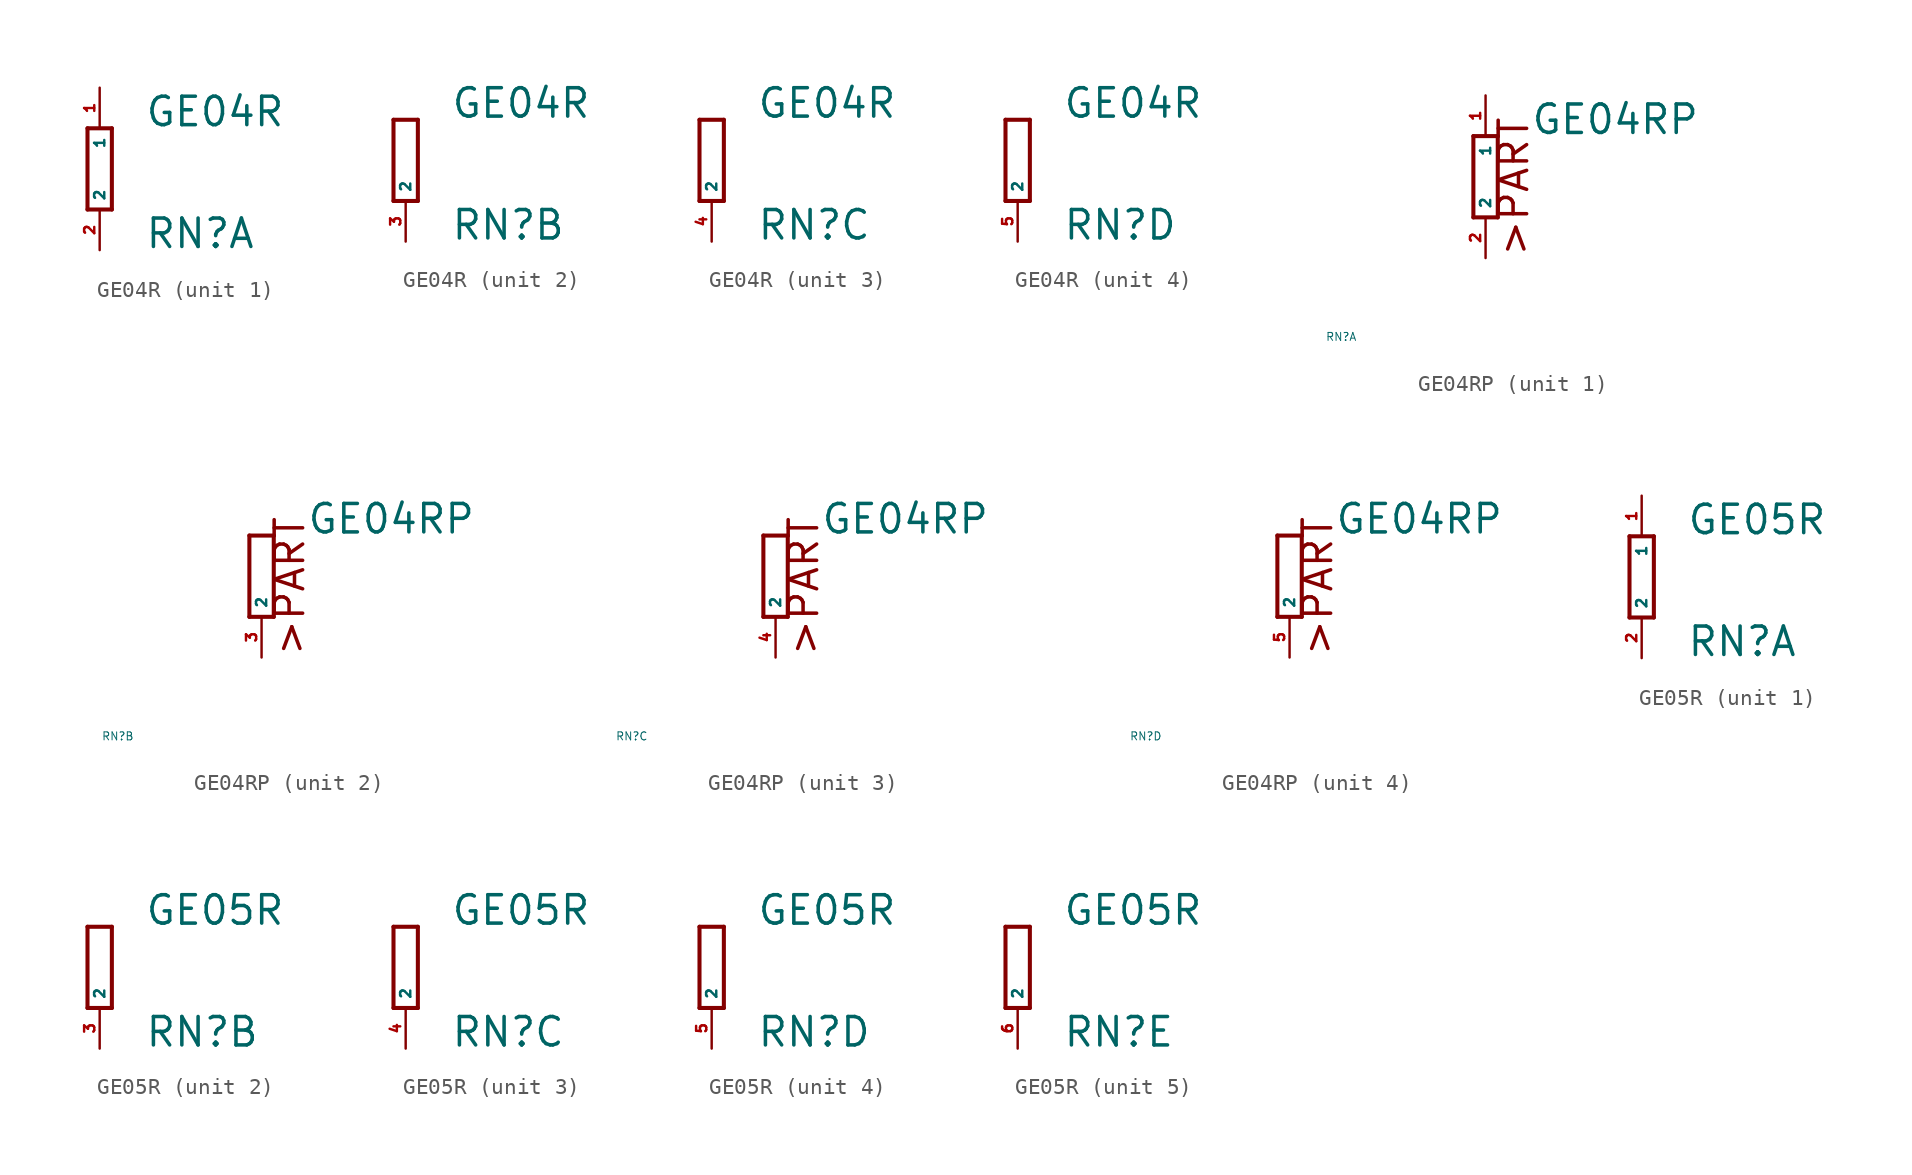
<source format=kicad_sym>
(kicad_symbol_lib
  (version 20220914)
  (generator Eagle2Kicad)
  (symbol "GE04R"
    (property "Reference" "RN"
      (at 2.794 -5.08 0)
      (effects (font (size 1.778 1.778) (thickness 0.22)) (justify left bottom)))
    (property "Value" "GE04R"
      (at 2.794 2.54 0)
      (effects (font (size 1.778 1.778) (thickness 0.22)) (justify left bottom)))
    (symbol "GE04R_1_0"
      (polyline (pts (xy 0.762 -2.54) (xy 0.762 2.54)) (stroke (width 0.254) (type default)) (fill (type none)))
      (polyline (pts (xy -0.762 2.54) (xy -0.762 -2.54)) (stroke (width 0.254) (type default)) (fill (type none)))
      (polyline (pts (xy 0.762 2.54) (xy -0.762 2.54)) (stroke (width 0.254) (type default)) (fill (type none)))
      (polyline (pts (xy -0.762 -2.54) (xy 0.762 -2.54)) (stroke (width 0.254) (type default)) (fill (type none)))
      (pin passive line (at 0 5.08 270) (length 2.54) (name "1" (effects (font (size 0.635 0.635) (thickness 0.08)) (justify left bottom))) (number "1" (effects (font (size 0.635 0.635) (thickness 0.08)) (justify left bottom))))
      (pin passive line (at 0 -5.08 90) (length 2.54) (name "2" (effects (font (size 0.635 0.635) (thickness 0.08)) (justify left bottom))) (number "2" (effects (font (size 0.635 0.635) (thickness 0.08)) (justify left bottom)))))
    (symbol "GE04R_2_0"
      (polyline (pts (xy -0.762 2.54) (xy -0.762 -2.54)) (stroke (width 0.254) (type default)) (fill (type none)))
      (polyline (pts (xy 0.762 -2.54) (xy 0.762 2.54)) (stroke (width 0.254) (type default)) (fill (type none)))
      (polyline (pts (xy -0.762 -2.54) (xy 0.762 -2.54)) (stroke (width 0.254) (type default)) (fill (type none)))
      (polyline (pts (xy 0.762 2.54) (xy -0.762 2.54)) (stroke (width 0.254) (type default)) (fill (type none)))
      (pin passive line (at 0 -5.08 90) (length 2.54) (name "2" (effects (font (size 0.635 0.635) (thickness 0.08)) (justify left bottom))) (number "3" (effects (font (size 0.635 0.635) (thickness 0.08)) (justify left bottom)))))
    (symbol "GE04R_3_0"
      (polyline (pts (xy -0.762 2.54) (xy -0.762 -2.54)) (stroke (width 0.254) (type default)) (fill (type none)))
      (polyline (pts (xy 0.762 -2.54) (xy 0.762 2.54)) (stroke (width 0.254) (type default)) (fill (type none)))
      (polyline (pts (xy -0.762 -2.54) (xy 0.762 -2.54)) (stroke (width 0.254) (type default)) (fill (type none)))
      (polyline (pts (xy 0.762 2.54) (xy -0.762 2.54)) (stroke (width 0.254) (type default)) (fill (type none)))
      (pin passive line (at 0 -5.08 90) (length 2.54) (name "2" (effects (font (size 0.635 0.635) (thickness 0.08)) (justify left bottom))) (number "4" (effects (font (size 0.635 0.635) (thickness 0.08)) (justify left bottom)))))
    (symbol "GE04R_4_0"
      (polyline (pts (xy -0.762 2.54) (xy -0.762 -2.54)) (stroke (width 0.254) (type default)) (fill (type none)))
      (polyline (pts (xy 0.762 -2.54) (xy 0.762 2.54)) (stroke (width 0.254) (type default)) (fill (type none)))
      (polyline (pts (xy -0.762 -2.54) (xy 0.762 -2.54)) (stroke (width 0.254) (type default)) (fill (type none)))
      (polyline (pts (xy 0.762 2.54) (xy -0.762 2.54)) (stroke (width 0.254) (type default)) (fill (type none)))
      (pin passive line (at 0 -5.08 90) (length 2.54) (name "2" (effects (font (size 0.635 0.635) (thickness 0.08)) (justify left bottom))) (number "5" (effects (font (size 0.635 0.635) (thickness 0.08)) (justify left bottom))))))
  (symbol "GE04RP"
    (property "Reference" "RN"
      (at -10 -10 0)
      (effects (font (size 0.5 0.5) (thickness 0.06)) (justify left)))
    (property "Value" "GE04RP"
      (at 2.794 2.54 0)
      (effects (font (size 1.778 1.778) (thickness 0.22)) (justify left bottom)))
    (symbol "GE04RP_1_0"
      (polyline (pts (xy 0.762 -2.54) (xy 0.762 2.54)) (stroke (width 0.254) (type default)) (fill (type none)))
      (polyline (pts (xy -0.762 2.54) (xy -0.762 -2.54)) (stroke (width 0.254) (type default)) (fill (type none)))
      (polyline (pts (xy 0.762 2.54) (xy -0.762 2.54)) (stroke (width 0.254) (type default)) (fill (type none)))
      (polyline (pts (xy -0.762 -2.54) (xy 0.762 -2.54)) (stroke (width 0.254) (type default)) (fill (type none)))
      (text ">PART" (at 2.794 -5.08 900) (effects (font (size 1.778 1.778) (thickness 0.22)) (justify left bottom)))
      (pin passive line (at 0 5.08 270) (length 2.54) (name "1" (effects (font (size 0.635 0.635) (thickness 0.08)) (justify left bottom))) (number "1" (effects (font (size 0.635 0.635) (thickness 0.08)) (justify left bottom))))
      (pin passive line (at 0 -5.08 90) (length 2.54) (name "2" (effects (font (size 0.635 0.635) (thickness 0.08)) (justify left bottom))) (number "2" (effects (font (size 0.635 0.635) (thickness 0.08)) (justify left bottom)))))
    (symbol "GE04RP_2_0"
      (polyline (pts (xy -0.762 2.54) (xy -0.762 -2.54)) (stroke (width 0.254) (type default)) (fill (type none)))
      (polyline (pts (xy 0.762 -2.54) (xy 0.762 2.54)) (stroke (width 0.254) (type default)) (fill (type none)))
      (polyline (pts (xy -0.762 -2.54) (xy 0.762 -2.54)) (stroke (width 0.254) (type default)) (fill (type none)))
      (polyline (pts (xy 0.762 2.54) (xy -0.762 2.54)) (stroke (width 0.254) (type default)) (fill (type none)))
      (text ">PART" (at 2.794 -5.08 900) (effects (font (size 1.778 1.778) (thickness 0.22)) (justify left bottom)))
      (pin passive line (at 0 -5.08 90) (length 2.54) (name "2" (effects (font (size 0.635 0.635) (thickness 0.08)) (justify left bottom))) (number "3" (effects (font (size 0.635 0.635) (thickness 0.08)) (justify left bottom)))))
    (symbol "GE04RP_3_0"
      (polyline (pts (xy -0.762 2.54) (xy -0.762 -2.54)) (stroke (width 0.254) (type default)) (fill (type none)))
      (polyline (pts (xy 0.762 -2.54) (xy 0.762 2.54)) (stroke (width 0.254) (type default)) (fill (type none)))
      (polyline (pts (xy -0.762 -2.54) (xy 0.762 -2.54)) (stroke (width 0.254) (type default)) (fill (type none)))
      (polyline (pts (xy 0.762 2.54) (xy -0.762 2.54)) (stroke (width 0.254) (type default)) (fill (type none)))
      (text ">PART" (at 2.794 -5.08 900) (effects (font (size 1.778 1.778) (thickness 0.22)) (justify left bottom)))
      (pin passive line (at 0 -5.08 90) (length 2.54) (name "2" (effects (font (size 0.635 0.635) (thickness 0.08)) (justify left bottom))) (number "4" (effects (font (size 0.635 0.635) (thickness 0.08)) (justify left bottom)))))
    (symbol "GE04RP_4_0"
      (polyline (pts (xy -0.762 2.54) (xy -0.762 -2.54)) (stroke (width 0.254) (type default)) (fill (type none)))
      (polyline (pts (xy 0.762 -2.54) (xy 0.762 2.54)) (stroke (width 0.254) (type default)) (fill (type none)))
      (polyline (pts (xy -0.762 -2.54) (xy 0.762 -2.54)) (stroke (width 0.254) (type default)) (fill (type none)))
      (polyline (pts (xy 0.762 2.54) (xy -0.762 2.54)) (stroke (width 0.254) (type default)) (fill (type none)))
      (text ">PART" (at 2.794 -5.08 900) (effects (font (size 1.778 1.778) (thickness 0.22)) (justify left bottom)))
      (pin passive line (at 0 -5.08 90) (length 2.54) (name "2" (effects (font (size 0.635 0.635) (thickness 0.08)) (justify left bottom))) (number "5" (effects (font (size 0.635 0.635) (thickness 0.08)) (justify left bottom))))))
  (symbol "GE05R"
    (property "Reference" "RN"
      (at 2.794 -5.08 0)
      (effects (font (size 1.778 1.778) (thickness 0.22)) (justify left bottom)))
    (property "Value" "GE05R"
      (at 2.794 2.54 0)
      (effects (font (size 1.778 1.778) (thickness 0.22)) (justify left bottom)))
    (symbol "GE05R_1_0"
      (polyline (pts (xy 0.762 -2.54) (xy 0.762 2.54)) (stroke (width 0.254) (type default)) (fill (type none)))
      (polyline (pts (xy -0.762 2.54) (xy -0.762 -2.54)) (stroke (width 0.254) (type default)) (fill (type none)))
      (polyline (pts (xy 0.762 2.54) (xy -0.762 2.54)) (stroke (width 0.254) (type default)) (fill (type none)))
      (polyline (pts (xy -0.762 -2.54) (xy 0.762 -2.54)) (stroke (width 0.254) (type default)) (fill (type none)))
      (pin passive line (at 0 5.08 270) (length 2.54) (name "1" (effects (font (size 0.635 0.635) (thickness 0.08)) (justify left bottom))) (number "1" (effects (font (size 0.635 0.635) (thickness 0.08)) (justify left bottom))))
      (pin passive line (at 0 -5.08 90) (length 2.54) (name "2" (effects (font (size 0.635 0.635) (thickness 0.08)) (justify left bottom))) (number "2" (effects (font (size 0.635 0.635) (thickness 0.08)) (justify left bottom)))))
    (symbol "GE05R_2_0"
      (polyline (pts (xy -0.762 2.54) (xy -0.762 -2.54)) (stroke (width 0.254) (type default)) (fill (type none)))
      (polyline (pts (xy 0.762 -2.54) (xy 0.762 2.54)) (stroke (width 0.254) (type default)) (fill (type none)))
      (polyline (pts (xy -0.762 -2.54) (xy 0.762 -2.54)) (stroke (width 0.254) (type default)) (fill (type none)))
      (polyline (pts (xy 0.762 2.54) (xy -0.762 2.54)) (stroke (width 0.254) (type default)) (fill (type none)))
      (pin passive line (at 0 -5.08 90) (length 2.54) (name "2" (effects (font (size 0.635 0.635) (thickness 0.08)) (justify left bottom))) (number "3" (effects (font (size 0.635 0.635) (thickness 0.08)) (justify left bottom)))))
    (symbol "GE05R_3_0"
      (polyline (pts (xy -0.762 2.54) (xy -0.762 -2.54)) (stroke (width 0.254) (type default)) (fill (type none)))
      (polyline (pts (xy 0.762 -2.54) (xy 0.762 2.54)) (stroke (width 0.254) (type default)) (fill (type none)))
      (polyline (pts (xy -0.762 -2.54) (xy 0.762 -2.54)) (stroke (width 0.254) (type default)) (fill (type none)))
      (polyline (pts (xy 0.762 2.54) (xy -0.762 2.54)) (stroke (width 0.254) (type default)) (fill (type none)))
      (pin passive line (at 0 -5.08 90) (length 2.54) (name "2" (effects (font (size 0.635 0.635) (thickness 0.08)) (justify left bottom))) (number "4" (effects (font (size 0.635 0.635) (thickness 0.08)) (justify left bottom)))))
    (symbol "GE05R_4_0"
      (polyline (pts (xy -0.762 2.54) (xy -0.762 -2.54)) (stroke (width 0.254) (type default)) (fill (type none)))
      (polyline (pts (xy 0.762 -2.54) (xy 0.762 2.54)) (stroke (width 0.254) (type default)) (fill (type none)))
      (polyline (pts (xy -0.762 -2.54) (xy 0.762 -2.54)) (stroke (width 0.254) (type default)) (fill (type none)))
      (polyline (pts (xy 0.762 2.54) (xy -0.762 2.54)) (stroke (width 0.254) (type default)) (fill (type none)))
      (pin passive line (at 0 -5.08 90) (length 2.54) (name "2" (effects (font (size 0.635 0.635) (thickness 0.08)) (justify left bottom))) (number "5" (effects (font (size 0.635 0.635) (thickness 0.08)) (justify left bottom)))))
    (symbol "GE05R_5_0"
      (polyline (pts (xy -0.762 2.54) (xy -0.762 -2.54)) (stroke (width 0.254) (type default)) (fill (type none)))
      (polyline (pts (xy 0.762 -2.54) (xy 0.762 2.54)) (stroke (width 0.254) (type default)) (fill (type none)))
      (polyline (pts (xy -0.762 -2.54) (xy 0.762 -2.54)) (stroke (width 0.254) (type default)) (fill (type none)))
      (polyline (pts (xy 0.762 2.54) (xy -0.762 2.54)) (stroke (width 0.254) (type default)) (fill (type none)))
      (pin passive line (at 0 -5.08 90) (length 2.54) (name "2" (effects (font (size 0.635 0.635) (thickness 0.08)) (justify left bottom))) (number "6" (effects (font (size 0.635 0.635) (thickness 0.08)) (justify left bottom)))))))
</source>
